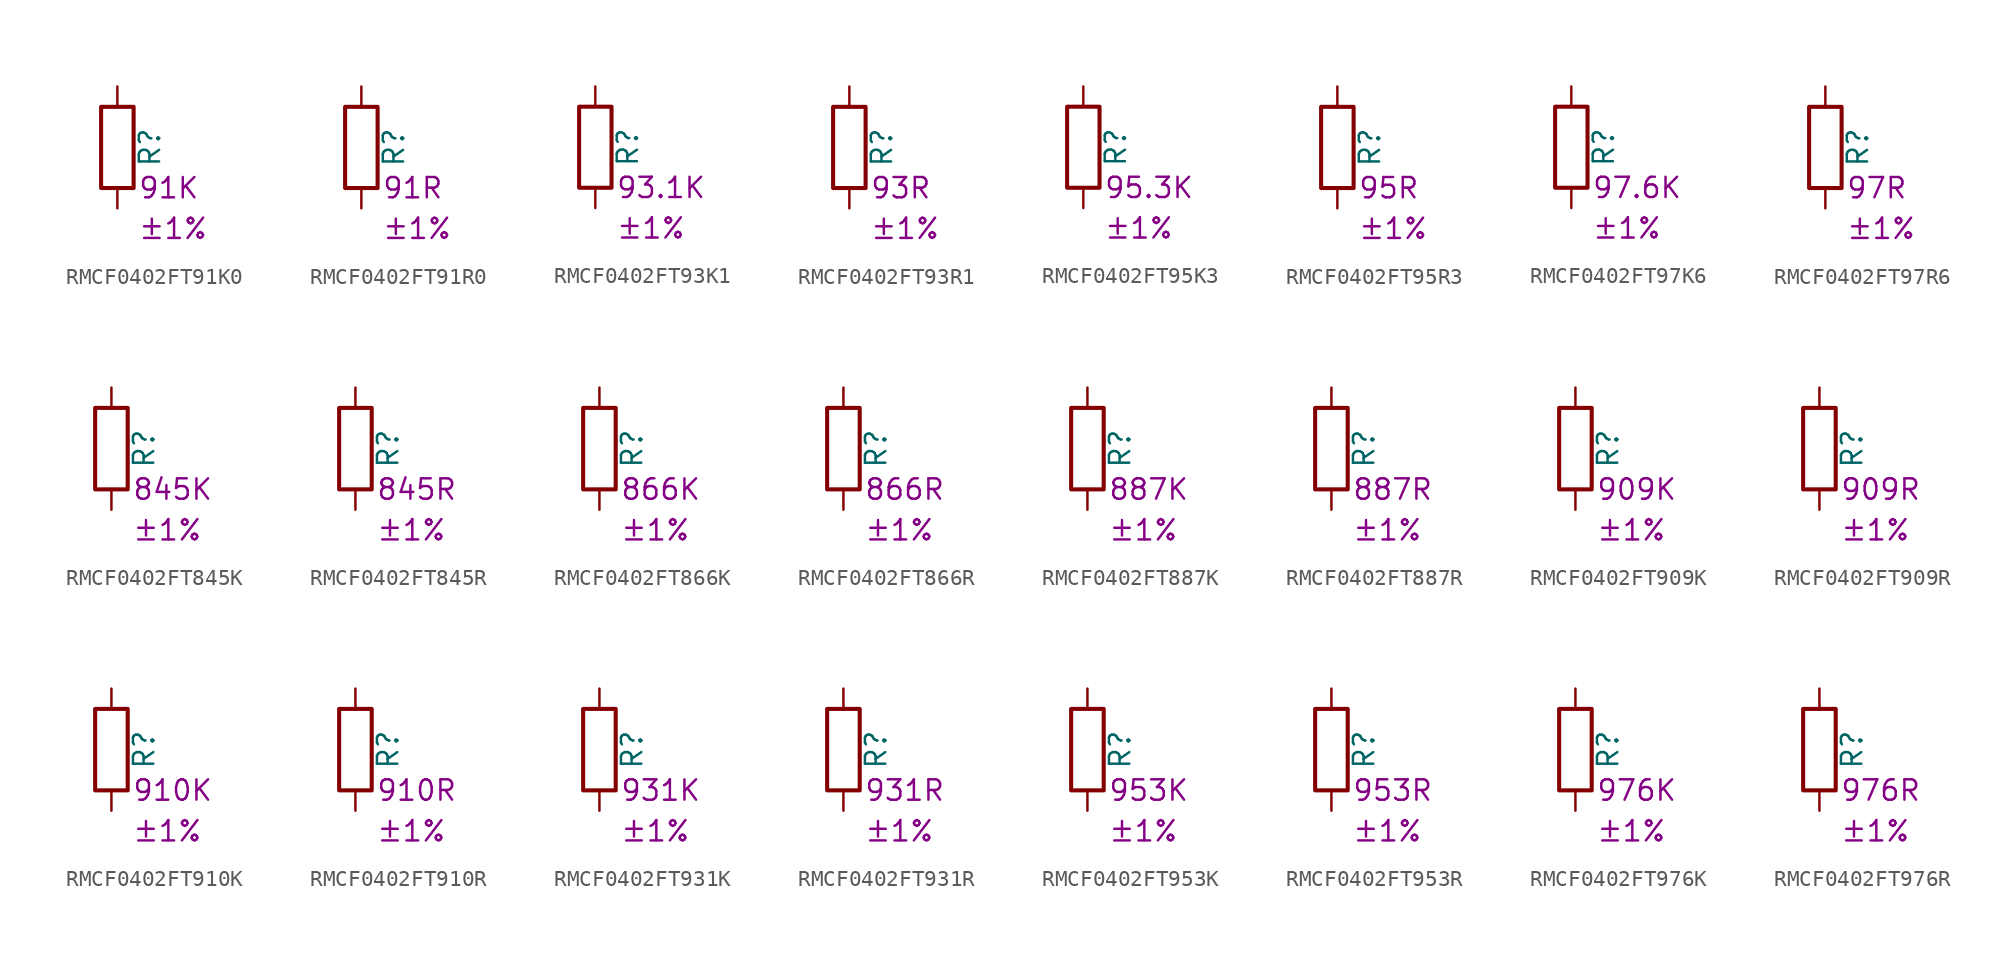
<source format=kicad_sym>
(kicad_symbol_lib
  (version 20220914)
  (generator kicad_symbol_editor)
  (symbol "RMCF0402FT91K0"
    (pin_numbers hide)
    (pin_names
      (offset 0))
    (property "Reference" "R"
      (at 2.032 0 90)
      (effects (font (size 1.27 1.27))))
    (property "Resistance" "91K"
      (at 1.27 -2.54 0)
      (effects (font (size 1.27 1.27)) (justify left)))
    (property "Tolerance" "±1%"
      (at 1.27 -5.08 0)
      (effects (font (size 1.27 1.27)) (justify left)))
    (symbol "RMCF0402FT91K0_0_1"
      (rectangle (start -1.016 -2.54) (end 1.016 2.54) (stroke (width 0.254) (type default)) (fill (type none))))
    (symbol "RMCF0402FT91K0_1_1"
      (pin passive line (at 0 3.81 270) (length 1.27) (name "~" (effects (font (size 1.27 1.27)))) (number "1" (effects (font (size 1.27 1.27)))))
      (pin passive line (at 0 -3.81 90) (length 1.27) (name "~" (effects (font (size 1.27 1.27)))) (number "2" (effects (font (size 1.27 1.27)))))))
  (symbol "RMCF0402FT91R0"
    (pin_numbers hide)
    (pin_names
      (offset 0))
    (property "Reference" "R"
      (at 2.032 0 90)
      (effects (font (size 1.27 1.27))))
    (property "Resistance" "91R"
      (at 1.27 -2.54 0)
      (effects (font (size 1.27 1.27)) (justify left)))
    (property "Tolerance" "±1%"
      (at 1.27 -5.08 0)
      (effects (font (size 1.27 1.27)) (justify left)))
    (symbol "RMCF0402FT91R0_0_1"
      (rectangle (start -1.016 -2.54) (end 1.016 2.54) (stroke (width 0.254) (type default)) (fill (type none))))
    (symbol "RMCF0402FT91R0_1_1"
      (pin passive line (at 0 3.81 270) (length 1.27) (name "~" (effects (font (size 1.27 1.27)))) (number "1" (effects (font (size 1.27 1.27)))))
      (pin passive line (at 0 -3.81 90) (length 1.27) (name "~" (effects (font (size 1.27 1.27)))) (number "2" (effects (font (size 1.27 1.27)))))))
  (symbol "RMCF0402FT93K1"
    (pin_numbers hide)
    (pin_names
      (offset 0))
    (property "Reference" "R"
      (at 2.032 0 90)
      (effects (font (size 1.27 1.27))))
    (property "Resistance" "93.1K"
      (at 1.27 -2.54 0)
      (effects (font (size 1.27 1.27)) (justify left)))
    (property "Tolerance" "±1%"
      (at 1.27 -5.08 0)
      (effects (font (size 1.27 1.27)) (justify left)))
    (symbol "RMCF0402FT93K1_0_1"
      (rectangle (start -1.016 -2.54) (end 1.016 2.54) (stroke (width 0.254) (type default)) (fill (type none))))
    (symbol "RMCF0402FT93K1_1_1"
      (pin passive line (at 0 3.81 270) (length 1.27) (name "~" (effects (font (size 1.27 1.27)))) (number "1" (effects (font (size 1.27 1.27)))))
      (pin passive line (at 0 -3.81 90) (length 1.27) (name "~" (effects (font (size 1.27 1.27)))) (number "2" (effects (font (size 1.27 1.27)))))))
  (symbol "RMCF0402FT93R1"
    (pin_numbers hide)
    (pin_names
      (offset 0))
    (property "Reference" "R"
      (at 2.032 0 90)
      (effects (font (size 1.27 1.27))))
    (property "Resistance" "93R"
      (at 1.27 -2.54 0)
      (effects (font (size 1.27 1.27)) (justify left)))
    (property "Tolerance" "±1%"
      (at 1.27 -5.08 0)
      (effects (font (size 1.27 1.27)) (justify left)))
    (symbol "RMCF0402FT93R1_0_1"
      (rectangle (start -1.016 -2.54) (end 1.016 2.54) (stroke (width 0.254) (type default)) (fill (type none))))
    (symbol "RMCF0402FT93R1_1_1"
      (pin passive line (at 0 3.81 270) (length 1.27) (name "~" (effects (font (size 1.27 1.27)))) (number "1" (effects (font (size 1.27 1.27)))))
      (pin passive line (at 0 -3.81 90) (length 1.27) (name "~" (effects (font (size 1.27 1.27)))) (number "2" (effects (font (size 1.27 1.27)))))))
  (symbol "RMCF0402FT95K3"
    (pin_numbers hide)
    (pin_names
      (offset 0))
    (property "Reference" "R"
      (at 2.032 0 90)
      (effects (font (size 1.27 1.27))))
    (property "Resistance" "95.3K"
      (at 1.27 -2.54 0)
      (effects (font (size 1.27 1.27)) (justify left)))
    (property "Tolerance" "±1%"
      (at 1.27 -5.08 0)
      (effects (font (size 1.27 1.27)) (justify left)))
    (symbol "RMCF0402FT95K3_0_1"
      (rectangle (start -1.016 -2.54) (end 1.016 2.54) (stroke (width 0.254) (type default)) (fill (type none))))
    (symbol "RMCF0402FT95K3_1_1"
      (pin passive line (at 0 3.81 270) (length 1.27) (name "~" (effects (font (size 1.27 1.27)))) (number "1" (effects (font (size 1.27 1.27)))))
      (pin passive line (at 0 -3.81 90) (length 1.27) (name "~" (effects (font (size 1.27 1.27)))) (number "2" (effects (font (size 1.27 1.27)))))))
  (symbol "RMCF0402FT95R3"
    (pin_numbers hide)
    (pin_names
      (offset 0))
    (property "Reference" "R"
      (at 2.032 0 90)
      (effects (font (size 1.27 1.27))))
    (property "Resistance" "95R"
      (at 1.27 -2.54 0)
      (effects (font (size 1.27 1.27)) (justify left)))
    (property "Tolerance" "±1%"
      (at 1.27 -5.08 0)
      (effects (font (size 1.27 1.27)) (justify left)))
    (symbol "RMCF0402FT95R3_0_1"
      (rectangle (start -1.016 -2.54) (end 1.016 2.54) (stroke (width 0.254) (type default)) (fill (type none))))
    (symbol "RMCF0402FT95R3_1_1"
      (pin passive line (at 0 3.81 270) (length 1.27) (name "~" (effects (font (size 1.27 1.27)))) (number "1" (effects (font (size 1.27 1.27)))))
      (pin passive line (at 0 -3.81 90) (length 1.27) (name "~" (effects (font (size 1.27 1.27)))) (number "2" (effects (font (size 1.27 1.27)))))))
  (symbol "RMCF0402FT97K6"
    (pin_numbers hide)
    (pin_names
      (offset 0))
    (property "Reference" "R"
      (at 2.032 0 90)
      (effects (font (size 1.27 1.27))))
    (property "Resistance" "97.6K"
      (at 1.27 -2.54 0)
      (effects (font (size 1.27 1.27)) (justify left)))
    (property "Tolerance" "±1%"
      (at 1.27 -5.08 0)
      (effects (font (size 1.27 1.27)) (justify left)))
    (symbol "RMCF0402FT97K6_0_1"
      (rectangle (start -1.016 -2.54) (end 1.016 2.54) (stroke (width 0.254) (type default)) (fill (type none))))
    (symbol "RMCF0402FT97K6_1_1"
      (pin passive line (at 0 3.81 270) (length 1.27) (name "~" (effects (font (size 1.27 1.27)))) (number "1" (effects (font (size 1.27 1.27)))))
      (pin passive line (at 0 -3.81 90) (length 1.27) (name "~" (effects (font (size 1.27 1.27)))) (number "2" (effects (font (size 1.27 1.27)))))))
  (symbol "RMCF0402FT97R6"
    (pin_numbers hide)
    (pin_names
      (offset 0))
    (property "Reference" "R"
      (at 2.032 0 90)
      (effects (font (size 1.27 1.27))))
    (property "Resistance" "97R"
      (at 1.27 -2.54 0)
      (effects (font (size 1.27 1.27)) (justify left)))
    (property "Tolerance" "±1%"
      (at 1.27 -5.08 0)
      (effects (font (size 1.27 1.27)) (justify left)))
    (symbol "RMCF0402FT97R6_0_1"
      (rectangle (start -1.016 -2.54) (end 1.016 2.54) (stroke (width 0.254) (type default)) (fill (type none))))
    (symbol "RMCF0402FT97R6_1_1"
      (pin passive line (at 0 3.81 270) (length 1.27) (name "~" (effects (font (size 1.27 1.27)))) (number "1" (effects (font (size 1.27 1.27)))))
      (pin passive line (at 0 -3.81 90) (length 1.27) (name "~" (effects (font (size 1.27 1.27)))) (number "2" (effects (font (size 1.27 1.27)))))))
  (symbol "RMCF0402FT845K"
    (pin_numbers hide)
    (pin_names
      (offset 0))
    (property "Reference" "R"
      (at 2.032 0 90)
      (effects (font (size 1.27 1.27))))
    (property "Resistance" "845K"
      (at 1.27 -2.54 0)
      (effects (font (size 1.27 1.27)) (justify left)))
    (property "Tolerance" "±1%"
      (at 1.27 -5.08 0)
      (effects (font (size 1.27 1.27)) (justify left)))
    (symbol "RMCF0402FT845K_0_1"
      (rectangle (start -1.016 -2.54) (end 1.016 2.54) (stroke (width 0.254) (type default)) (fill (type none))))
    (symbol "RMCF0402FT845K_1_1"
      (pin passive line (at 0 3.81 270) (length 1.27) (name "~" (effects (font (size 1.27 1.27)))) (number "1" (effects (font (size 1.27 1.27)))))
      (pin passive line (at 0 -3.81 90) (length 1.27) (name "~" (effects (font (size 1.27 1.27)))) (number "2" (effects (font (size 1.27 1.27)))))))
  (symbol "RMCF0402FT845R"
    (pin_numbers hide)
    (pin_names
      (offset 0))
    (property "Reference" "R"
      (at 2.032 0 90)
      (effects (font (size 1.27 1.27))))
    (property "Resistance" "845R"
      (at 1.27 -2.54 0)
      (effects (font (size 1.27 1.27)) (justify left)))
    (property "Tolerance" "±1%"
      (at 1.27 -5.08 0)
      (effects (font (size 1.27 1.27)) (justify left)))
    (symbol "RMCF0402FT845R_0_1"
      (rectangle (start -1.016 -2.54) (end 1.016 2.54) (stroke (width 0.254) (type default)) (fill (type none))))
    (symbol "RMCF0402FT845R_1_1"
      (pin passive line (at 0 3.81 270) (length 1.27) (name "~" (effects (font (size 1.27 1.27)))) (number "1" (effects (font (size 1.27 1.27)))))
      (pin passive line (at 0 -3.81 90) (length 1.27) (name "~" (effects (font (size 1.27 1.27)))) (number "2" (effects (font (size 1.27 1.27)))))))
  (symbol "RMCF0402FT866K"
    (pin_numbers hide)
    (pin_names
      (offset 0))
    (property "Reference" "R"
      (at 2.032 0 90)
      (effects (font (size 1.27 1.27))))
    (property "Resistance" "866K"
      (at 1.27 -2.54 0)
      (effects (font (size 1.27 1.27)) (justify left)))
    (property "Tolerance" "±1%"
      (at 1.27 -5.08 0)
      (effects (font (size 1.27 1.27)) (justify left)))
    (symbol "RMCF0402FT866K_0_1"
      (rectangle (start -1.016 -2.54) (end 1.016 2.54) (stroke (width 0.254) (type default)) (fill (type none))))
    (symbol "RMCF0402FT866K_1_1"
      (pin passive line (at 0 3.81 270) (length 1.27) (name "~" (effects (font (size 1.27 1.27)))) (number "1" (effects (font (size 1.27 1.27)))))
      (pin passive line (at 0 -3.81 90) (length 1.27) (name "~" (effects (font (size 1.27 1.27)))) (number "2" (effects (font (size 1.27 1.27)))))))
  (symbol "RMCF0402FT866R"
    (pin_numbers hide)
    (pin_names
      (offset 0))
    (property "Reference" "R"
      (at 2.032 0 90)
      (effects (font (size 1.27 1.27))))
    (property "Resistance" "866R"
      (at 1.27 -2.54 0)
      (effects (font (size 1.27 1.27)) (justify left)))
    (property "Tolerance" "±1%"
      (at 1.27 -5.08 0)
      (effects (font (size 1.27 1.27)) (justify left)))
    (symbol "RMCF0402FT866R_0_1"
      (rectangle (start -1.016 -2.54) (end 1.016 2.54) (stroke (width 0.254) (type default)) (fill (type none))))
    (symbol "RMCF0402FT866R_1_1"
      (pin passive line (at 0 3.81 270) (length 1.27) (name "~" (effects (font (size 1.27 1.27)))) (number "1" (effects (font (size 1.27 1.27)))))
      (pin passive line (at 0 -3.81 90) (length 1.27) (name "~" (effects (font (size 1.27 1.27)))) (number "2" (effects (font (size 1.27 1.27)))))))
  (symbol "RMCF0402FT887K"
    (pin_numbers hide)
    (pin_names
      (offset 0))
    (property "Reference" "R"
      (at 2.032 0 90)
      (effects (font (size 1.27 1.27))))
    (property "Resistance" "887K"
      (at 1.27 -2.54 0)
      (effects (font (size 1.27 1.27)) (justify left)))
    (property "Tolerance" "±1%"
      (at 1.27 -5.08 0)
      (effects (font (size 1.27 1.27)) (justify left)))
    (symbol "RMCF0402FT887K_0_1"
      (rectangle (start -1.016 -2.54) (end 1.016 2.54) (stroke (width 0.254) (type default)) (fill (type none))))
    (symbol "RMCF0402FT887K_1_1"
      (pin passive line (at 0 3.81 270) (length 1.27) (name "~" (effects (font (size 1.27 1.27)))) (number "1" (effects (font (size 1.27 1.27)))))
      (pin passive line (at 0 -3.81 90) (length 1.27) (name "~" (effects (font (size 1.27 1.27)))) (number "2" (effects (font (size 1.27 1.27)))))))
  (symbol "RMCF0402FT887R"
    (pin_numbers hide)
    (pin_names
      (offset 0))
    (property "Reference" "R"
      (at 2.032 0 90)
      (effects (font (size 1.27 1.27))))
    (property "Resistance" "887R"
      (at 1.27 -2.54 0)
      (effects (font (size 1.27 1.27)) (justify left)))
    (property "Tolerance" "±1%"
      (at 1.27 -5.08 0)
      (effects (font (size 1.27 1.27)) (justify left)))
    (symbol "RMCF0402FT887R_0_1"
      (rectangle (start -1.016 -2.54) (end 1.016 2.54) (stroke (width 0.254) (type default)) (fill (type none))))
    (symbol "RMCF0402FT887R_1_1"
      (pin passive line (at 0 3.81 270) (length 1.27) (name "~" (effects (font (size 1.27 1.27)))) (number "1" (effects (font (size 1.27 1.27)))))
      (pin passive line (at 0 -3.81 90) (length 1.27) (name "~" (effects (font (size 1.27 1.27)))) (number "2" (effects (font (size 1.27 1.27)))))))
  (symbol "RMCF0402FT909K"
    (pin_numbers hide)
    (pin_names
      (offset 0))
    (property "Reference" "R"
      (at 2.032 0 90)
      (effects (font (size 1.27 1.27))))
    (property "Resistance" "909K"
      (at 1.27 -2.54 0)
      (effects (font (size 1.27 1.27)) (justify left)))
    (property "Tolerance" "±1%"
      (at 1.27 -5.08 0)
      (effects (font (size 1.27 1.27)) (justify left)))
    (symbol "RMCF0402FT909K_0_1"
      (rectangle (start -1.016 -2.54) (end 1.016 2.54) (stroke (width 0.254) (type default)) (fill (type none))))
    (symbol "RMCF0402FT909K_1_1"
      (pin passive line (at 0 3.81 270) (length 1.27) (name "~" (effects (font (size 1.27 1.27)))) (number "1" (effects (font (size 1.27 1.27)))))
      (pin passive line (at 0 -3.81 90) (length 1.27) (name "~" (effects (font (size 1.27 1.27)))) (number "2" (effects (font (size 1.27 1.27)))))))
  (symbol "RMCF0402FT909R"
    (pin_numbers hide)
    (pin_names
      (offset 0))
    (property "Reference" "R"
      (at 2.032 0 90)
      (effects (font (size 1.27 1.27))))
    (property "Resistance" "909R"
      (at 1.27 -2.54 0)
      (effects (font (size 1.27 1.27)) (justify left)))
    (property "Tolerance" "±1%"
      (at 1.27 -5.08 0)
      (effects (font (size 1.27 1.27)) (justify left)))
    (symbol "RMCF0402FT909R_0_1"
      (rectangle (start -1.016 -2.54) (end 1.016 2.54) (stroke (width 0.254) (type default)) (fill (type none))))
    (symbol "RMCF0402FT909R_1_1"
      (pin passive line (at 0 3.81 270) (length 1.27) (name "~" (effects (font (size 1.27 1.27)))) (number "1" (effects (font (size 1.27 1.27)))))
      (pin passive line (at 0 -3.81 90) (length 1.27) (name "~" (effects (font (size 1.27 1.27)))) (number "2" (effects (font (size 1.27 1.27)))))))
  (symbol "RMCF0402FT910K"
    (pin_numbers hide)
    (pin_names
      (offset 0))
    (property "Reference" "R"
      (at 2.032 0 90)
      (effects (font (size 1.27 1.27))))
    (property "Resistance" "910K"
      (at 1.27 -2.54 0)
      (effects (font (size 1.27 1.27)) (justify left)))
    (property "Tolerance" "±1%"
      (at 1.27 -5.08 0)
      (effects (font (size 1.27 1.27)) (justify left)))
    (symbol "RMCF0402FT910K_0_1"
      (rectangle (start -1.016 -2.54) (end 1.016 2.54) (stroke (width 0.254) (type default)) (fill (type none))))
    (symbol "RMCF0402FT910K_1_1"
      (pin passive line (at 0 3.81 270) (length 1.27) (name "~" (effects (font (size 1.27 1.27)))) (number "1" (effects (font (size 1.27 1.27)))))
      (pin passive line (at 0 -3.81 90) (length 1.27) (name "~" (effects (font (size 1.27 1.27)))) (number "2" (effects (font (size 1.27 1.27)))))))
  (symbol "RMCF0402FT910R"
    (pin_numbers hide)
    (pin_names
      (offset 0))
    (property "Reference" "R"
      (at 2.032 0 90)
      (effects (font (size 1.27 1.27))))
    (property "Resistance" "910R"
      (at 1.27 -2.54 0)
      (effects (font (size 1.27 1.27)) (justify left)))
    (property "Tolerance" "±1%"
      (at 1.27 -5.08 0)
      (effects (font (size 1.27 1.27)) (justify left)))
    (symbol "RMCF0402FT910R_0_1"
      (rectangle (start -1.016 -2.54) (end 1.016 2.54) (stroke (width 0.254) (type default)) (fill (type none))))
    (symbol "RMCF0402FT910R_1_1"
      (pin passive line (at 0 3.81 270) (length 1.27) (name "~" (effects (font (size 1.27 1.27)))) (number "1" (effects (font (size 1.27 1.27)))))
      (pin passive line (at 0 -3.81 90) (length 1.27) (name "~" (effects (font (size 1.27 1.27)))) (number "2" (effects (font (size 1.27 1.27)))))))
  (symbol "RMCF0402FT931K"
    (pin_numbers hide)
    (pin_names
      (offset 0))
    (property "Reference" "R"
      (at 2.032 0 90)
      (effects (font (size 1.27 1.27))))
    (property "Resistance" "931K"
      (at 1.27 -2.54 0)
      (effects (font (size 1.27 1.27)) (justify left)))
    (property "Tolerance" "±1%"
      (at 1.27 -5.08 0)
      (effects (font (size 1.27 1.27)) (justify left)))
    (symbol "RMCF0402FT931K_0_1"
      (rectangle (start -1.016 -2.54) (end 1.016 2.54) (stroke (width 0.254) (type default)) (fill (type none))))
    (symbol "RMCF0402FT931K_1_1"
      (pin passive line (at 0 3.81 270) (length 1.27) (name "~" (effects (font (size 1.27 1.27)))) (number "1" (effects (font (size 1.27 1.27)))))
      (pin passive line (at 0 -3.81 90) (length 1.27) (name "~" (effects (font (size 1.27 1.27)))) (number "2" (effects (font (size 1.27 1.27)))))))
  (symbol "RMCF0402FT931R"
    (pin_numbers hide)
    (pin_names
      (offset 0))
    (property "Reference" "R"
      (at 2.032 0 90)
      (effects (font (size 1.27 1.27))))
    (property "Resistance" "931R"
      (at 1.27 -2.54 0)
      (effects (font (size 1.27 1.27)) (justify left)))
    (property "Tolerance" "±1%"
      (at 1.27 -5.08 0)
      (effects (font (size 1.27 1.27)) (justify left)))
    (symbol "RMCF0402FT931R_0_1"
      (rectangle (start -1.016 -2.54) (end 1.016 2.54) (stroke (width 0.254) (type default)) (fill (type none))))
    (symbol "RMCF0402FT931R_1_1"
      (pin passive line (at 0 3.81 270) (length 1.27) (name "~" (effects (font (size 1.27 1.27)))) (number "1" (effects (font (size 1.27 1.27)))))
      (pin passive line (at 0 -3.81 90) (length 1.27) (name "~" (effects (font (size 1.27 1.27)))) (number "2" (effects (font (size 1.27 1.27)))))))
  (symbol "RMCF0402FT953K"
    (pin_numbers hide)
    (pin_names
      (offset 0))
    (property "Reference" "R"
      (at 2.032 0 90)
      (effects (font (size 1.27 1.27))))
    (property "Resistance" "953K"
      (at 1.27 -2.54 0)
      (effects (font (size 1.27 1.27)) (justify left)))
    (property "Tolerance" "±1%"
      (at 1.27 -5.08 0)
      (effects (font (size 1.27 1.27)) (justify left)))
    (symbol "RMCF0402FT953K_0_1"
      (rectangle (start -1.016 -2.54) (end 1.016 2.54) (stroke (width 0.254) (type default)) (fill (type none))))
    (symbol "RMCF0402FT953K_1_1"
      (pin passive line (at 0 3.81 270) (length 1.27) (name "~" (effects (font (size 1.27 1.27)))) (number "1" (effects (font (size 1.27 1.27)))))
      (pin passive line (at 0 -3.81 90) (length 1.27) (name "~" (effects (font (size 1.27 1.27)))) (number "2" (effects (font (size 1.27 1.27)))))))
  (symbol "RMCF0402FT953R"
    (pin_numbers hide)
    (pin_names
      (offset 0))
    (property "Reference" "R"
      (at 2.032 0 90)
      (effects (font (size 1.27 1.27))))
    (property "Resistance" "953R"
      (at 1.27 -2.54 0)
      (effects (font (size 1.27 1.27)) (justify left)))
    (property "Tolerance" "±1%"
      (at 1.27 -5.08 0)
      (effects (font (size 1.27 1.27)) (justify left)))
    (symbol "RMCF0402FT953R_0_1"
      (rectangle (start -1.016 -2.54) (end 1.016 2.54) (stroke (width 0.254) (type default)) (fill (type none))))
    (symbol "RMCF0402FT953R_1_1"
      (pin passive line (at 0 3.81 270) (length 1.27) (name "~" (effects (font (size 1.27 1.27)))) (number "1" (effects (font (size 1.27 1.27)))))
      (pin passive line (at 0 -3.81 90) (length 1.27) (name "~" (effects (font (size 1.27 1.27)))) (number "2" (effects (font (size 1.27 1.27)))))))
  (symbol "RMCF0402FT976K"
    (pin_numbers hide)
    (pin_names
      (offset 0))
    (property "Reference" "R"
      (at 2.032 0 90)
      (effects (font (size 1.27 1.27))))
    (property "Resistance" "976K"
      (at 1.27 -2.54 0)
      (effects (font (size 1.27 1.27)) (justify left)))
    (property "Tolerance" "±1%"
      (at 1.27 -5.08 0)
      (effects (font (size 1.27 1.27)) (justify left)))
    (symbol "RMCF0402FT976K_0_1"
      (rectangle (start -1.016 -2.54) (end 1.016 2.54) (stroke (width 0.254) (type default)) (fill (type none))))
    (symbol "RMCF0402FT976K_1_1"
      (pin passive line (at 0 3.81 270) (length 1.27) (name "~" (effects (font (size 1.27 1.27)))) (number "1" (effects (font (size 1.27 1.27)))))
      (pin passive line (at 0 -3.81 90) (length 1.27) (name "~" (effects (font (size 1.27 1.27)))) (number "2" (effects (font (size 1.27 1.27)))))))
  (symbol "RMCF0402FT976R"
    (pin_numbers hide)
    (pin_names
      (offset 0))
    (property "Reference" "R"
      (at 2.032 0 90)
      (effects (font (size 1.27 1.27))))
    (property "Resistance" "976R"
      (at 1.27 -2.54 0)
      (effects (font (size 1.27 1.27)) (justify left)))
    (property "Tolerance" "±1%"
      (at 1.27 -5.08 0)
      (effects (font (size 1.27 1.27)) (justify left)))
    (symbol "RMCF0402FT976R_0_1"
      (rectangle (start -1.016 -2.54) (end 1.016 2.54) (stroke (width 0.254) (type default)) (fill (type none))))
    (symbol "RMCF0402FT976R_1_1"
      (pin passive line (at 0 3.81 270) (length 1.27) (name "~" (effects (font (size 1.27 1.27)))) (number "1" (effects (font (size 1.27 1.27)))))
      (pin passive line (at 0 -3.81 90) (length 1.27) (name "~" (effects (font (size 1.27 1.27)))) (number "2" (effects (font (size 1.27 1.27))))))))
</source>
